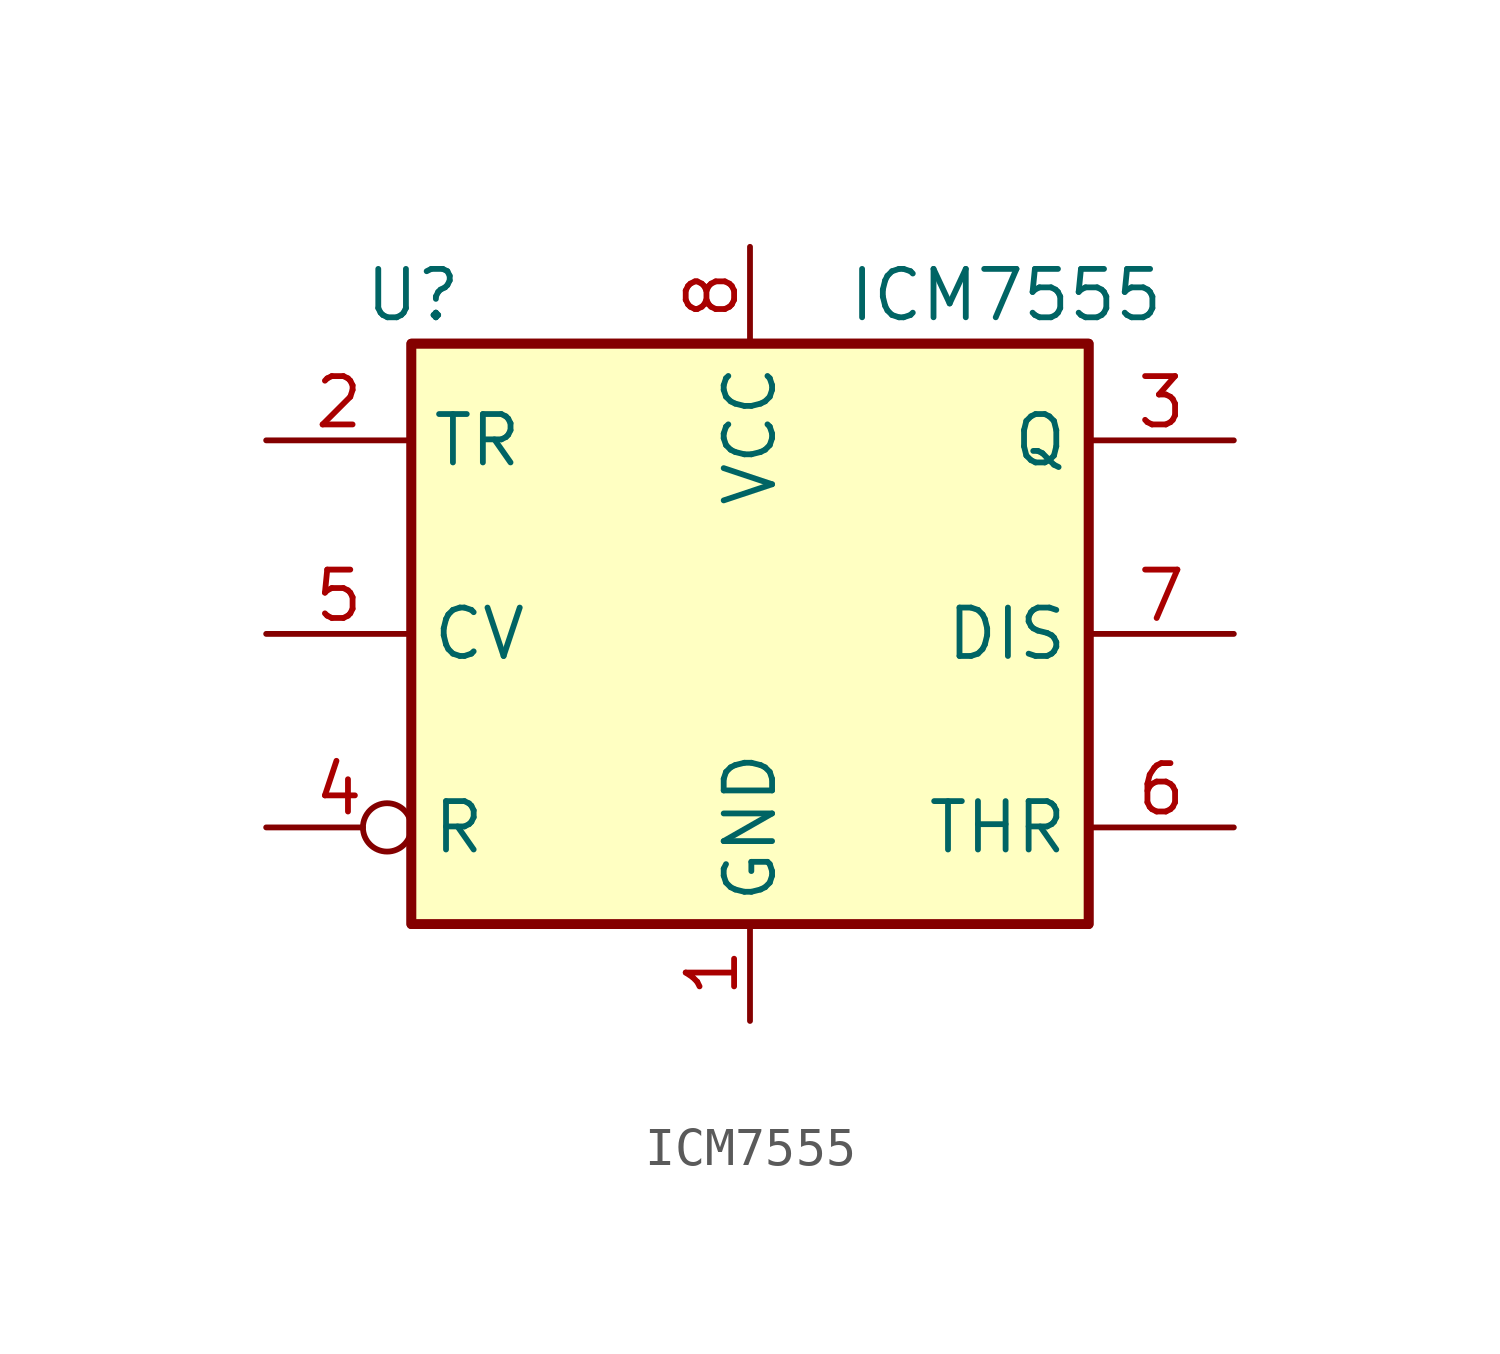
<source format=kicad_sym>
(kicad_symbol_lib
  (version 20231120)
  (generator "kicad_symbol_editor")
  (generator_version "8.0")
  (symbol "ICM7555"
    (property "Reference" "U"
      (at -10.16 8.89 0)
      (effects (font (size 1.27 1.27)) (justify left)))
    (property "Value" "ICM7555"
      (at 2.54 8.89 0)
      (effects (font (size 1.27 1.27)) (justify left)))
    (symbol "ICM7555_0_0"
      (pin power_in line (at 0 -10.16 90) (length 2.54) (name "GND" (effects (font (size 1.27 1.27)))) (number "1" (effects (font (size 1.27 1.27)))))
      (pin power_in line (at 0 10.16 270) (length 2.54) (name "VCC" (effects (font (size 1.27 1.27)))) (number "8" (effects (font (size 1.27 1.27))))))
    (symbol "ICM7555_0_1"
      (rectangle (start -8.89 -7.62) (end 8.89 7.62) (stroke (width 0.254) (type default)) (fill (type background)))
      (rectangle (start -8.89 -7.62) (end 8.89 7.62) (stroke (width 0.254) (type default)) (fill (type background))))
    (symbol "ICM7555_1_1"
      (pin input line (at -12.7 5.08 0) (length 3.81) (name "TR" (effects (font (size 1.27 1.27)))) (number "2" (effects (font (size 1.27 1.27)))))
      (pin output line (at 12.7 5.08 180) (length 3.81) (name "Q" (effects (font (size 1.27 1.27)))) (number "3" (effects (font (size 1.27 1.27)))))
      (pin input inverted (at -12.7 -5.08 0) (length 3.81) (name "R" (effects (font (size 1.27 1.27)))) (number "4" (effects (font (size 1.27 1.27)))))
      (pin input line (at -12.7 0 0) (length 3.81) (name "CV" (effects (font (size 1.27 1.27)))) (number "5" (effects (font (size 1.27 1.27)))))
      (pin input line (at 12.7 -5.08 180) (length 3.81) (name "THR" (effects (font (size 1.27 1.27)))) (number "6" (effects (font (size 1.27 1.27)))))
      (pin input line (at 12.7 0 180) (length 3.81) (name "DIS" (effects (font (size 1.27 1.27)))) (number "7" (effects (font (size 1.27 1.27))))))))
</source>
